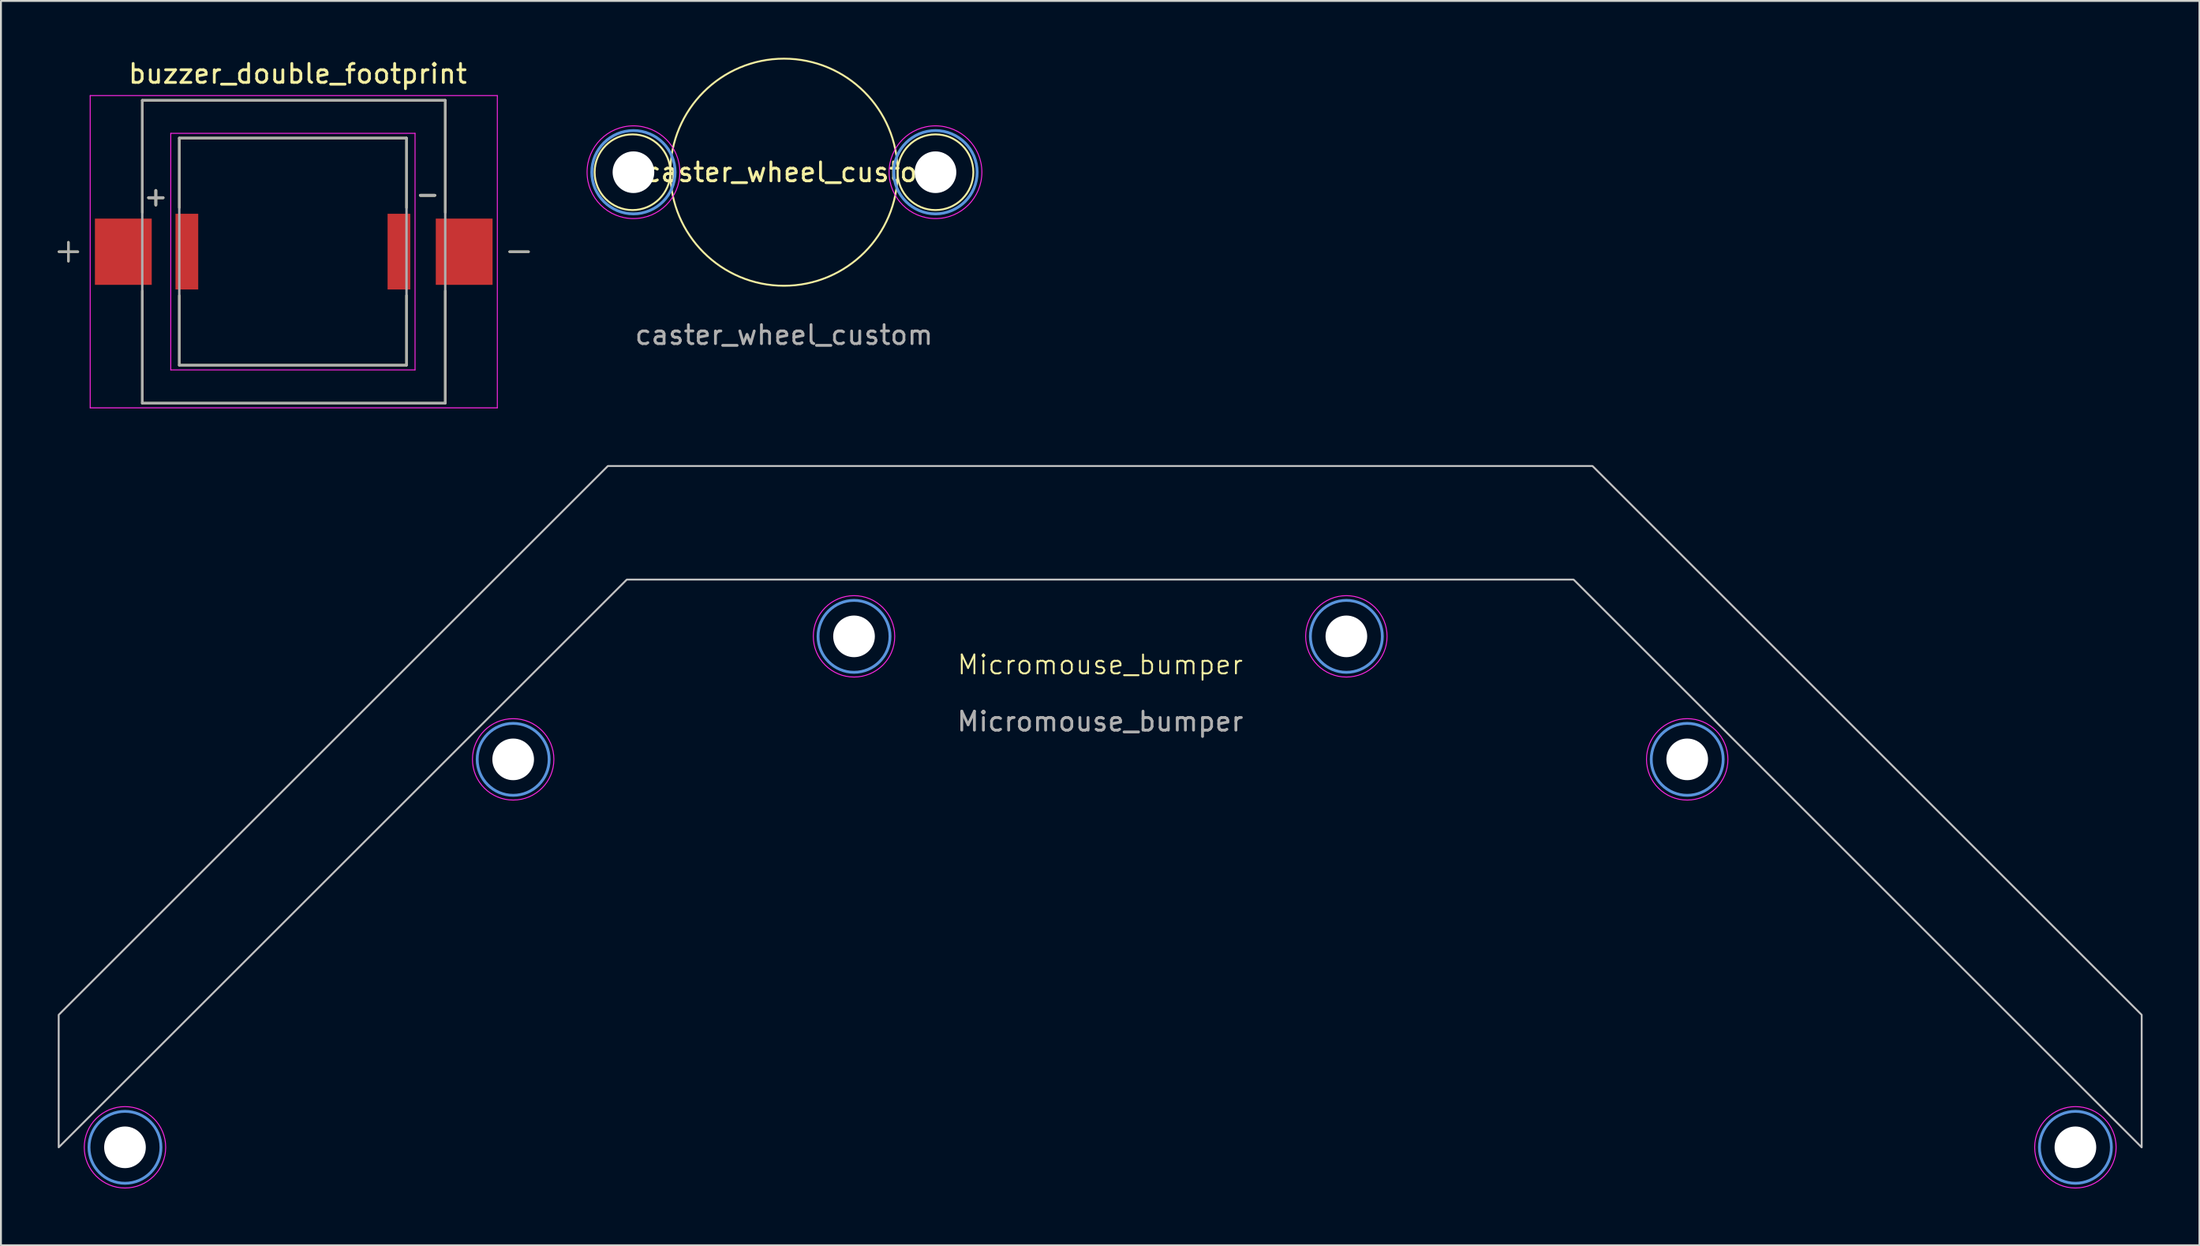
<source format=kicad_pcb>
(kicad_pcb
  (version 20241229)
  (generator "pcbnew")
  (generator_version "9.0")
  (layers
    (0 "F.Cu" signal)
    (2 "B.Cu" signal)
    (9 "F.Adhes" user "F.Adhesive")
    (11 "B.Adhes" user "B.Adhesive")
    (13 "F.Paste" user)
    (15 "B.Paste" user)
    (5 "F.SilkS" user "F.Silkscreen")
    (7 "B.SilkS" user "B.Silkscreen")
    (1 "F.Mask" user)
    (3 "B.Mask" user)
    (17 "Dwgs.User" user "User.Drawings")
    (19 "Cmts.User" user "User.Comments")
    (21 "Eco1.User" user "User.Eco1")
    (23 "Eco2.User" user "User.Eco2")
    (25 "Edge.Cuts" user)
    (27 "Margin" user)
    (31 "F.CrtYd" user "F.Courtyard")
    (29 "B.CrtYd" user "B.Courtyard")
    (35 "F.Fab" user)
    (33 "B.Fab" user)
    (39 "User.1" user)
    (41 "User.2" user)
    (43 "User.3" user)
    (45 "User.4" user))
  (footprint "Micromouse_bumper"
    (layer "F.Cu")
    (at 55.05 27.576)
    (property "Reference" "Micromouse_bumper" (at 0 4.5 0) (unlocked yes) (layer "F.SilkS") (effects (font (size 1 1) (thickness 0.1))))
    (attr smd)
    (fp_poly (pts (xy -26 -6) (xy 26 -6) (xy 55 23) (xy 55 30) (xy 25 0) (xy -25 0) (xy -55 30) (xy -55 23)) (stroke (width 0.1) (type solid)) (fill no) (layer "Dwgs.User"))
    (fp_circle (center -51.5 30) (end -49.6 30) (stroke (width 0.15) (type solid)) (fill no) (layer "Cmts.User"))
    (fp_circle (center -31 9.5) (end -29.1 9.5) (stroke (width 0.15) (type solid)) (fill no) (layer "Cmts.User"))
    (fp_circle (center -13 3) (end -11.1 3) (stroke (width 0.15) (type solid)) (fill no) (layer "Cmts.User"))
    (fp_circle (center 13 3) (end 14.9 3) (stroke (width 0.15) (type solid)) (fill no) (layer "Cmts.User"))
    (fp_circle (center 31 9.5) (end 32.9 9.5) (stroke (width 0.15) (type solid)) (fill no) (layer "Cmts.User"))
    (fp_circle (center 51.5 30) (end 53.4 30) (stroke (width 0.15) (type solid)) (fill no) (layer "Cmts.User"))
    (fp_circle (center -51.5 30) (end -49.35 30) (stroke (width 0.05) (type solid)) (fill no) (layer "F.CrtYd"))
    (fp_circle (center -31 9.5) (end -28.85 9.5) (stroke (width 0.05) (type solid)) (fill no) (layer "F.CrtYd"))
    (fp_circle (center -13 3) (end -10.85 3) (stroke (width 0.05) (type solid)) (fill no) (layer "F.CrtYd"))
    (fp_circle (center 13 3) (end 15.15 3) (stroke (width 0.05) (type solid)) (fill no) (layer "F.CrtYd"))
    (fp_circle (center 31 9.5) (end 33.15 9.5) (stroke (width 0.05) (type solid)) (fill no) (layer "F.CrtYd"))
    (fp_circle (center 51.5 30) (end 53.65 30) (stroke (width 0.05) (type solid)) (fill no) (layer "F.CrtYd"))
    (fp_text user "${REFERENCE}" (at 0 7.5 0) (unlocked yes) (layer "F.Fab") (effects (font (size 1 1) (thickness 0.15))))
    (pad "" np_thru_hole circle (at -51.5 30) (size 2.2 2.2) (drill 2.2) (layers "*.Cu" "*.Mask"))
    (pad "" np_thru_hole circle (at -31 9.5) (size 2.2 2.2) (drill 2.2) (layers "*.Cu" "*.Mask"))
    (pad "" np_thru_hole circle (at -13 3) (size 2.2 2.2) (drill 2.2) (layers "*.Cu" "*.Mask"))
    (pad "" np_thru_hole circle (at 13 3) (size 2.2 2.2) (drill 2.2) (layers "*.Cu" "*.Mask"))
    (pad "" np_thru_hole circle (at 31 9.5) (size 2.2 2.2) (drill 2.2) (layers "*.Cu" "*.Mask"))
    (pad "" np_thru_hole circle (at 51.5 30) (size 2.2 2.2) (drill 2.2) (layers "*.Cu" "*.Mask")))
  (footprint "caster_wheel_custom"
    (layer "F.Cu")
    (at 38.352 6.05)
    (property "Reference" "caster_wheel_custom" (at 0.5 0 0) (unlocked yes) (layer "F.SilkS") (effects (font (size 1 1) (thickness 0.15))))
    (attr through_hole)
    (fp_circle (center -8 0) (end -6 0) (stroke (width 0.1) (type default)) (fill no) (layer "F.SilkS"))
    (fp_circle (center 0 0) (end 6 0) (stroke (width 0.1) (type default)) (fill no) (layer "F.SilkS"))
    (fp_circle (center 8 0) (end 10 0) (stroke (width 0.1) (type default)) (fill no) (layer "F.SilkS"))
    (fp_circle (center -7.95 0) (end -5.75 0) (stroke (width 0.15) (type solid)) (fill no) (layer "Cmts.User"))
    (fp_circle (center 8 0) (end 10.2 0) (stroke (width 0.15) (type solid)) (fill no) (layer "Cmts.User"))
    (fp_circle (center -7.95 0) (end -5.5 0) (stroke (width 0.05) (type solid)) (fill no) (layer "F.CrtYd"))
    (fp_circle (center 8 0) (end 10.45 0) (stroke (width 0.05) (type solid)) (fill no) (layer "F.CrtYd"))
    (fp_text user "${REFERENCE}" (at 0 8.6 0) (unlocked yes) (layer "F.Fab") (effects (font (size 1 1) (thickness 0.15))))
    (pad "" np_thru_hole circle (at -7.95 0) (size 2.2 2.2) (drill 2.2) (layers "*.Cu" "*.Mask"))
    (pad "" np_thru_hole circle (at 8 0) (size 2.2 2.2) (drill 2.2) (layers "*.Cu" "*.Mask")))
  (footprint "buzzer_double_footprint"
    (layer "F.Cu")
    (at 12.672 10.246)
    (property "Reference" "buzzer_double_footprint" (at 0 -9.398 0) (layer "F.SilkS") (effects (font (size 1 1) (thickness 0.15))))
    (attr smd)
    (fp_line (start -12.609 0.005) (end -11.609 0.005) (stroke (width 0.127) (type solid)) (layer "F.SilkS"))
    (fp_line (start -12.109 -0.495) (end -12.109 0.505) (stroke (width 0.127) (type solid)) (layer "F.SilkS"))
    (fp_line (start -8.209 -7.995) (end 7.791 -7.995) (stroke (width 0.127) (type solid)) (layer "F.SilkS"))
    (fp_line (start -8.209 -2.065) (end -8.209 -7.995) (stroke (width 0.127) (type solid)) (layer "F.SilkS"))
    (fp_line (start -8.209 8.005) (end -8.209 2.075) (stroke (width 0.127) (type solid)) (layer "F.SilkS"))
    (fp_line (start -6.254 -6) (end -6.254 -2.32) (stroke (width 0.127) (type solid)) (layer "F.SilkS"))
    (fp_line (start -6.254 -6) (end 5.746 -6) (stroke (width 0.127) (type solid)) (layer "F.SilkS"))
    (fp_line (start -6.254 6) (end -6.254 2.32) (stroke (width 0.127) (type solid)) (layer "F.SilkS"))
    (fp_line (start -6.254 6) (end 5.746 6) (stroke (width 0.127) (type solid)) (layer "F.SilkS"))
    (fp_line (start 5.746 -6) (end 5.746 -2.32) (stroke (width 0.127) (type solid)) (layer "F.SilkS"))
    (fp_line (start 5.746 6) (end 5.746 2.32) (stroke (width 0.127) (type solid)) (layer "F.SilkS"))
    (fp_line (start 7.791 -7.995) (end 7.791 -2.065) (stroke (width 0.127) (type solid)) (layer "F.SilkS"))
    (fp_line (start 7.791 8.005) (end -8.209 8.005) (stroke (width 0.127) (type solid)) (layer "F.SilkS"))
    (fp_line (start 7.791 8.005) (end 7.791 2.075) (stroke (width 0.127) (type solid)) (layer "F.SilkS"))
    (fp_line (start 11.191 0.005) (end 12.191 0.005) (stroke (width 0.127) (type solid)) (layer "F.SilkS"))
    (fp_line (start -10.959 -8.245) (end -10.959 8.255) (stroke (width 0.05) (type solid)) (layer "F.CrtYd"))
    (fp_line (start -10.959 8.255) (end 10.541 8.255) (stroke (width 0.05) (type solid)) (layer "F.CrtYd"))
    (fp_line (start -6.704 -6.25) (end 6.196 -6.25) (stroke (width 0.05) (type solid)) (layer "F.CrtYd"))
    (fp_line (start -6.704 6.25) (end -6.704 -6.25) (stroke (width 0.05) (type solid)) (layer "F.CrtYd"))
    (fp_line (start 6.196 -6.25) (end 6.196 6.25) (stroke (width 0.05) (type solid)) (layer "F.CrtYd"))
    (fp_line (start 6.196 6.25) (end -6.704 6.25) (stroke (width 0.05) (type solid)) (layer "F.CrtYd"))
    (fp_line (start 10.541 -8.245) (end -10.959 -8.245) (stroke (width 0.05) (type solid)) (layer "F.CrtYd"))
    (fp_line (start 10.541 8.255) (end 10.541 -8.245) (stroke (width 0.05) (type solid)) (layer "F.CrtYd"))
    (fp_line (start -12.609 0.005) (end -11.609 0.005) (stroke (width 0.127) (type solid)) (layer "F.Fab"))
    (fp_line (start -12.109 -0.495) (end -12.109 0.505) (stroke (width 0.127) (type solid)) (layer "F.Fab"))
    (fp_line (start -8.209 -7.995) (end 7.791 -7.995) (stroke (width 0.127) (type solid)) (layer "F.Fab"))
    (fp_line (start -8.209 8.005) (end -8.209 -7.995) (stroke (width 0.127) (type solid)) (layer "F.Fab"))
    (fp_line (start -6.254 -6) (end 5.746 -6) (stroke (width 0.127) (type solid)) (layer "F.Fab"))
    (fp_line (start -6.254 6) (end -6.254 -6) (stroke (width 0.127) (type solid)) (layer "F.Fab"))
    (fp_line (start 5.746 -6) (end 5.746 6) (stroke (width 0.127) (type solid)) (layer "F.Fab"))
    (fp_line (start 5.746 6) (end -6.254 6) (stroke (width 0.127) (type solid)) (layer "F.Fab"))
    (fp_line (start 7.791 -7.995) (end 7.791 8.005) (stroke (width 0.127) (type solid)) (layer "F.Fab"))
    (fp_line (start 7.791 8.005) (end -8.209 8.005) (stroke (width 0.127) (type solid)) (layer "F.Fab"))
    (fp_line (start 11.191 0.005) (end 12.191 0.005) (stroke (width 0.127) (type solid)) (layer "F.Fab"))
    (fp_text user "+" (at -7.493 -2.921 0) (layer "F.SilkS") (effects (font (size 1 1) (thickness 0.15))))
    (fp_text user "-" (at 6.858 -3.048 0) (layer "F.SilkS") (effects (font (size 1 1) (thickness 0.15))))
    (fp_text user "+" (at -7.493 -2.921 0) (layer "F.Fab") (effects (font (size 1 1) (thickness 0.15))))
    (fp_text user "-" (at 6.858 -3.048 0) (layer "F.Fab") (effects (font (size 1 1) (thickness 0.15))))
    (pad "N" smd rect (at 5.346 0) (size 1.2 4) (layers "F.Cu" "F.Mask" "F.Paste"))
    (pad "N" smd rect (at 8.791 0.005) (size 3 3.5) (layers "F.Cu" "F.Mask" "F.Paste"))
    (pad "P" smd rect (at -9.209 0.005) (size 3 3.5) (layers "F.Cu" "F.Mask" "F.Paste"))
    (pad "P" smd rect (at -5.854 0) (size 1.2 4) (layers "F.Cu" "F.Mask" "F.Paste")))
  (gr_rect
    (start -3 -3)
    (end 113.1 62.751)
    (stroke (width 0.1) (type default))
    (fill no)
    (layer "Edge.Cuts")))
</source>
